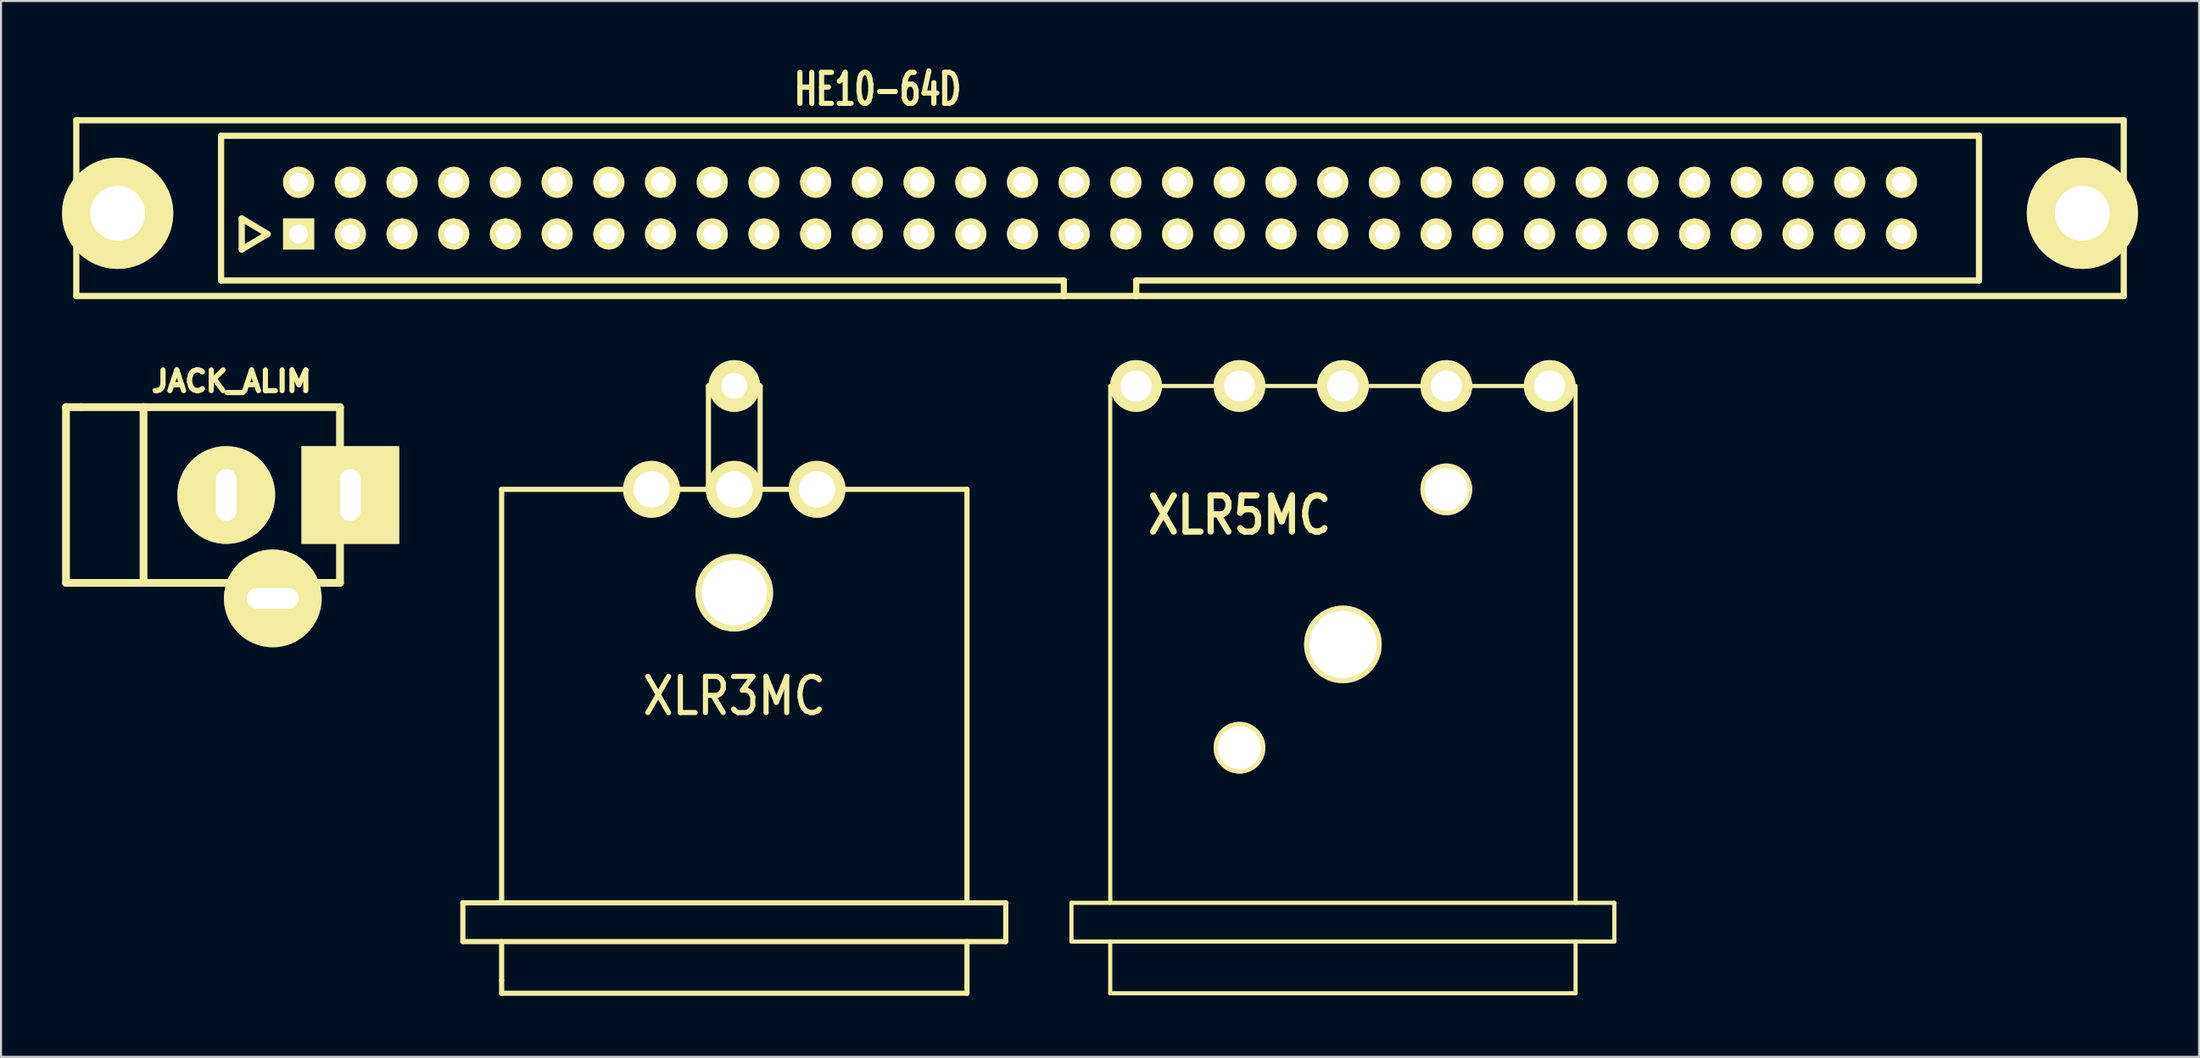
<source format=kicad_pcb>
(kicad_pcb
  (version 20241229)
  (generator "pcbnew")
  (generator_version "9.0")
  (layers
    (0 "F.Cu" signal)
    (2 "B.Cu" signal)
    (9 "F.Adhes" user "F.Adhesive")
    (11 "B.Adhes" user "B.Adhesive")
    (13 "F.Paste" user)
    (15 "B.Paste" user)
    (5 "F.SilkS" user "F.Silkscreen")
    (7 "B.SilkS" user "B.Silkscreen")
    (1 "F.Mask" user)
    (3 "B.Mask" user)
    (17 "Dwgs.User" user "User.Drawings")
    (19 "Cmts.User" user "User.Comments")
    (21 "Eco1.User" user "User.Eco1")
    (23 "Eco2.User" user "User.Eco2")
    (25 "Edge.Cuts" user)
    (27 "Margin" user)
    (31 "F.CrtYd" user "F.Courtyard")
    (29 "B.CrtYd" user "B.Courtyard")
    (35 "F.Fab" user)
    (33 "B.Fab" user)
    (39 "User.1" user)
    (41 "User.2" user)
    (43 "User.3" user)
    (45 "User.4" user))
  (footprint "HE10-64D"
    (layer "F.Cu")
    (at 50.99 7.179)
    (property "Reference" "HE10-64D" (at -10.922 -5.842 0) (layer "F.SilkS") (effects (font (size 1.524 1.016) (thickness 0.254))))
    (attr through_hole)
    (fp_line (start -50.292 -4.318) (end -50.292 4.318) (stroke (width 0.305) (type solid)) (layer "F.SilkS"))
    (fp_line (start -50.292 4.318) (end 50.292 4.318) (stroke (width 0.305) (type solid)) (layer "F.SilkS"))
    (fp_line (start -43.18 -3.556) (end 43.18 -3.556) (stroke (width 0.305) (type solid)) (layer "F.SilkS"))
    (fp_line (start -43.18 3.556) (end -43.18 -3.556) (stroke (width 0.305) (type solid)) (layer "F.SilkS"))
    (fp_line (start -42.164 0.508) (end -42.164 2.032) (stroke (width 0.305) (type solid)) (layer "F.SilkS"))
    (fp_line (start -42.164 2.032) (end -40.894 1.27) (stroke (width 0.305) (type solid)) (layer "F.SilkS"))
    (fp_line (start -40.894 1.27) (end -42.164 0.508) (stroke (width 0.305) (type solid)) (layer "F.SilkS"))
    (fp_line (start -1.778 3.556) (end -43.18 3.556) (stroke (width 0.305) (type solid)) (layer "F.SilkS"))
    (fp_line (start -1.778 4.318) (end -1.778 3.556) (stroke (width 0.305) (type solid)) (layer "F.SilkS"))
    (fp_line (start 1.778 3.556) (end 1.778 4.318) (stroke (width 0.305) (type solid)) (layer "F.SilkS"))
    (fp_line (start 43.18 -3.556) (end 43.18 3.556) (stroke (width 0.305) (type solid)) (layer "F.SilkS"))
    (fp_line (start 43.18 3.556) (end 1.778 3.556) (stroke (width 0.305) (type solid)) (layer "F.SilkS"))
    (fp_line (start 50.292 -4.318) (end -50.292 -4.318) (stroke (width 0.305) (type solid)) (layer "F.SilkS"))
    (fp_line (start 50.292 4.318) (end 50.292 -4.318) (stroke (width 0.305) (type solid)) (layer "F.SilkS"))
    (pad "" thru_hole circle (at -48.26 0.254) (size 5.461 5.461) (drill 2.692) (layers "*.Cu" "*.Mask" "F.SilkS"))
    (pad "" thru_hole circle (at 48.26 0.254) (size 5.461 5.461) (drill 2.692) (layers "*.Cu" "*.Mask" "F.SilkS"))
    (pad "1" thru_hole rect (at -39.37 1.27) (size 1.524 1.524) (drill 0.914) (layers "*.Cu" "*.Mask" "F.SilkS"))
    (pad "2" thru_hole circle (at -39.37 -1.27) (size 1.524 1.524) (drill 0.914) (layers "*.Cu" "*.Mask" "F.SilkS"))
    (pad "3" thru_hole circle (at -36.83 1.27) (size 1.524 1.524) (drill 0.914) (layers "*.Cu" "*.Mask" "F.SilkS"))
    (pad "4" thru_hole circle (at -36.83 -1.27) (size 1.524 1.524) (drill 0.914) (layers "*.Cu" "*.Mask" "F.SilkS"))
    (pad "5" thru_hole circle (at -34.29 1.27) (size 1.524 1.524) (drill 0.914) (layers "*.Cu" "*.Mask" "F.SilkS"))
    (pad "6" thru_hole circle (at -34.29 -1.27) (size 1.524 1.524) (drill 0.914) (layers "*.Cu" "*.Mask" "F.SilkS"))
    (pad "7" thru_hole circle (at -31.75 1.27) (size 1.524 1.524) (drill 0.914) (layers "*.Cu" "*.Mask" "F.SilkS"))
    (pad "8" thru_hole circle (at -31.75 -1.27) (size 1.524 1.524) (drill 0.914) (layers "*.Cu" "*.Mask" "F.SilkS"))
    (pad "9" thru_hole circle (at -29.21 1.27) (size 1.524 1.524) (drill 0.914) (layers "*.Cu" "*.Mask" "F.SilkS"))
    (pad "10" thru_hole circle (at -29.21 -1.27) (size 1.524 1.524) (drill 0.914) (layers "*.Cu" "*.Mask" "F.SilkS"))
    (pad "11" thru_hole circle (at -26.67 1.27) (size 1.524 1.524) (drill 0.914) (layers "*.Cu" "*.Mask" "F.SilkS"))
    (pad "12" thru_hole circle (at -26.67 -1.27) (size 1.524 1.524) (drill 0.914) (layers "*.Cu" "*.Mask" "F.SilkS"))
    (pad "13" thru_hole circle (at -24.13 1.27) (size 1.524 1.524) (drill 0.914) (layers "*.Cu" "*.Mask" "F.SilkS"))
    (pad "14" thru_hole circle (at -24.13 -1.27) (size 1.524 1.524) (drill 0.914) (layers "*.Cu" "*.Mask" "F.SilkS"))
    (pad "15" thru_hole circle (at -21.59 1.27) (size 1.524 1.524) (drill 0.914) (layers "*.Cu" "*.Mask" "F.SilkS"))
    (pad "16" thru_hole circle (at -21.59 -1.27) (size 1.524 1.524) (drill 0.914) (layers "*.Cu" "*.Mask" "F.SilkS"))
    (pad "17" thru_hole circle (at -19.05 1.27) (size 1.524 1.524) (drill 0.914) (layers "*.Cu" "*.Mask" "F.SilkS"))
    (pad "18" thru_hole circle (at -19.05 -1.27) (size 1.524 1.524) (drill 0.914) (layers "*.Cu" "*.Mask" "F.SilkS"))
    (pad "19" thru_hole circle (at -16.51 1.27) (size 1.524 1.524) (drill 0.914) (layers "*.Cu" "*.Mask" "F.SilkS"))
    (pad "20" thru_hole circle (at -16.51 -1.27) (size 1.524 1.524) (drill 0.914) (layers "*.Cu" "*.Mask" "F.SilkS"))
    (pad "21" thru_hole circle (at -13.97 1.27) (size 1.524 1.524) (drill 0.914) (layers "*.Cu" "*.Mask" "F.SilkS"))
    (pad "22" thru_hole circle (at -13.97 -1.27) (size 1.524 1.524) (drill 0.914) (layers "*.Cu" "*.Mask" "F.SilkS"))
    (pad "23" thru_hole circle (at -11.43 1.27) (size 1.524 1.524) (drill 0.914) (layers "*.Cu" "*.Mask" "F.SilkS"))
    (pad "24" thru_hole circle (at -11.43 -1.27) (size 1.524 1.524) (drill 0.914) (layers "*.Cu" "*.Mask" "F.SilkS"))
    (pad "25" thru_hole circle (at -8.89 1.27) (size 1.524 1.524) (drill 0.914) (layers "*.Cu" "*.Mask" "F.SilkS"))
    (pad "26" thru_hole circle (at -8.89 -1.27) (size 1.524 1.524) (drill 0.914) (layers "*.Cu" "*.Mask" "F.SilkS"))
    (pad "27" thru_hole circle (at -6.35 1.27) (size 1.524 1.524) (drill 0.914) (layers "*.Cu" "*.Mask" "F.SilkS"))
    (pad "28" thru_hole circle (at -6.35 -1.27) (size 1.524 1.524) (drill 0.914) (layers "*.Cu" "*.Mask" "F.SilkS"))
    (pad "29" thru_hole circle (at -3.81 1.27) (size 1.524 1.524) (drill 0.914) (layers "*.Cu" "*.Mask" "F.SilkS"))
    (pad "30" thru_hole circle (at -3.81 -1.27) (size 1.524 1.524) (drill 0.914) (layers "*.Cu" "*.Mask" "F.SilkS"))
    (pad "31" thru_hole circle (at -1.27 1.27) (size 1.524 1.524) (drill 0.914) (layers "*.Cu" "*.Mask" "F.SilkS"))
    (pad "32" thru_hole circle (at -1.27 -1.27) (size 1.524 1.524) (drill 0.914) (layers "*.Cu" "*.Mask" "F.SilkS"))
    (pad "33" thru_hole circle (at 1.27 1.27) (size 1.524 1.524) (drill 0.914) (layers "*.Cu" "*.Mask" "F.SilkS"))
    (pad "34" thru_hole circle (at 1.27 -1.27) (size 1.524 1.524) (drill 0.914) (layers "*.Cu" "*.Mask" "F.SilkS"))
    (pad "35" thru_hole circle (at 3.81 1.27) (size 1.524 1.524) (drill 0.914) (layers "*.Cu" "*.Mask" "F.SilkS"))
    (pad "36" thru_hole circle (at 3.81 -1.27) (size 1.524 1.524) (drill 0.914) (layers "*.Cu" "*.Mask" "F.SilkS"))
    (pad "37" thru_hole circle (at 6.35 1.27) (size 1.524 1.524) (drill 0.914) (layers "*.Cu" "*.Mask" "F.SilkS"))
    (pad "38" thru_hole circle (at 6.35 -1.27) (size 1.524 1.524) (drill 0.914) (layers "*.Cu" "*.Mask" "F.SilkS"))
    (pad "39" thru_hole circle (at 8.89 1.27) (size 1.524 1.524) (drill 0.914) (layers "*.Cu" "*.Mask" "F.SilkS"))
    (pad "40" thru_hole circle (at 8.89 -1.27) (size 1.524 1.524) (drill 0.914) (layers "*.Cu" "*.Mask" "F.SilkS"))
    (pad "41" thru_hole circle (at 11.43 1.27) (size 1.524 1.524) (drill 0.914) (layers "*.Cu" "*.Mask" "F.SilkS"))
    (pad "42" thru_hole circle (at 11.43 -1.27) (size 1.524 1.524) (drill 0.914) (layers "*.Cu" "*.Mask" "F.SilkS"))
    (pad "43" thru_hole circle (at 13.97 1.27) (size 1.524 1.524) (drill 0.914) (layers "*.Cu" "*.Mask" "F.SilkS"))
    (pad "44" thru_hole circle (at 13.97 -1.27) (size 1.524 1.524) (drill 0.914) (layers "*.Cu" "*.Mask" "F.SilkS"))
    (pad "45" thru_hole circle (at 16.51 1.27) (size 1.524 1.524) (drill 0.914) (layers "*.Cu" "*.Mask" "F.SilkS"))
    (pad "46" thru_hole circle (at 16.51 -1.27) (size 1.524 1.524) (drill 0.914) (layers "*.Cu" "*.Mask" "F.SilkS"))
    (pad "47" thru_hole circle (at 19.05 1.27) (size 1.524 1.524) (drill 0.914) (layers "*.Cu" "*.Mask" "F.SilkS"))
    (pad "48" thru_hole circle (at 19.05 -1.27) (size 1.524 1.524) (drill 0.914) (layers "*.Cu" "*.Mask" "F.SilkS"))
    (pad "49" thru_hole circle (at 21.59 1.27) (size 1.524 1.524) (drill 0.914) (layers "*.Cu" "*.Mask" "F.SilkS"))
    (pad "50" thru_hole circle (at 21.59 -1.27) (size 1.524 1.524) (drill 0.914) (layers "*.Cu" "*.Mask" "F.SilkS"))
    (pad "51" thru_hole circle (at 24.13 1.27) (size 1.524 1.524) (drill 0.914) (layers "*.Cu" "*.Mask" "F.SilkS"))
    (pad "52" thru_hole circle (at 24.13 -1.27) (size 1.524 1.524) (drill 0.914) (layers "*.Cu" "*.Mask" "F.SilkS"))
    (pad "53" thru_hole circle (at 26.67 1.27) (size 1.524 1.524) (drill 0.914) (layers "*.Cu" "*.Mask" "F.SilkS"))
    (pad "54" thru_hole circle (at 26.67 -1.27) (size 1.524 1.524) (drill 0.914) (layers "*.Cu" "*.Mask" "F.SilkS"))
    (pad "55" thru_hole circle (at 29.21 1.27) (size 1.524 1.524) (drill 0.914) (layers "*.Cu" "*.Mask" "F.SilkS"))
    (pad "56" thru_hole circle (at 29.21 -1.27) (size 1.524 1.524) (drill 0.914) (layers "*.Cu" "*.Mask" "F.SilkS"))
    (pad "57" thru_hole circle (at 31.75 1.27) (size 1.524 1.524) (drill 0.914) (layers "*.Cu" "*.Mask" "F.SilkS"))
    (pad "58" thru_hole circle (at 31.75 -1.27) (size 1.524 1.524) (drill 0.914) (layers "*.Cu" "*.Mask" "F.SilkS"))
    (pad "59" thru_hole circle (at 34.29 1.27) (size 1.524 1.524) (drill 0.914) (layers "*.Cu" "*.Mask" "F.SilkS"))
    (pad "60" thru_hole circle (at 34.29 -1.27) (size 1.524 1.524) (drill 0.914) (layers "*.Cu" "*.Mask" "F.SilkS"))
    (pad "61" thru_hole circle (at 36.83 1.27) (size 1.524 1.524) (drill 0.914) (layers "*.Cu" "*.Mask" "F.SilkS"))
    (pad "62" thru_hole circle (at 36.83 -1.27) (size 1.524 1.524) (drill 0.914) (layers "*.Cu" "*.Mask" "F.SilkS"))
    (pad "63" thru_hole circle (at 39.37 1.27) (size 1.524 1.524) (drill 0.914) (layers "*.Cu" "*.Mask" "F.SilkS"))
    (pad "64" thru_hole circle (at 39.37 -1.27) (size 1.524 1.524) (drill 0.914) (layers "*.Cu" "*.Mask" "F.SilkS")))
  (footprint "XLR3MC"
    (layer "F.Cu")
    (at 33.023 21)
    (property "Reference" "XLR3MC" (at 0 10.16 0) (layer "F.SilkS") (effects (font (size 1.778 1.524) (thickness 0.254))))
    (attr through_hole)
    (fp_line (start -13.335 20.32) (end -13.335 22.225) (stroke (width 0.254) (type solid)) (layer "F.SilkS"))
    (fp_line (start -13.335 22.225) (end 13.335 22.225) (stroke (width 0.254) (type solid)) (layer "F.SilkS"))
    (fp_line (start -11.43 0) (end -11.43 20.32) (stroke (width 0.254) (type solid)) (layer "F.SilkS"))
    (fp_line (start -11.43 0) (end 11.43 0) (stroke (width 0.254) (type solid)) (layer "F.SilkS"))
    (fp_line (start -11.43 22.225) (end -11.43 24.13) (stroke (width 0.254) (type solid)) (layer "F.SilkS"))
    (fp_line (start -11.43 24.13) (end -11.43 24.765) (stroke (width 0.254) (type solid)) (layer "F.SilkS"))
    (fp_line (start -11.43 24.765) (end 11.43 24.765) (stroke (width 0.254) (type solid)) (layer "F.SilkS"))
    (fp_line (start -1.27 -5.08) (end 1.27 -5.08) (stroke (width 0.254) (type solid)) (layer "F.SilkS"))
    (fp_line (start -1.27 0) (end -1.27 -5.08) (stroke (width 0.254) (type solid)) (layer "F.SilkS"))
    (fp_line (start 1.27 -5.08) (end 1.27 0) (stroke (width 0.254) (type solid)) (layer "F.SilkS"))
    (fp_line (start 11.43 0) (end 11.43 20.32) (stroke (width 0.254) (type solid)) (layer "F.SilkS"))
    (fp_line (start 11.43 24.765) (end 11.43 22.225) (stroke (width 0.254) (type solid)) (layer "F.SilkS"))
    (fp_line (start 13.335 20.32) (end -13.335 20.32) (stroke (width 0.254) (type solid)) (layer "F.SilkS"))
    (fp_line (start 13.335 22.225) (end 13.335 20.32) (stroke (width 0.254) (type solid)) (layer "F.SilkS"))
    (pad "" thru_hole circle (at 0 5.08) (size 3.81 3.81) (drill 3.2) (layers "*.Cu" "*.Mask" "F.SilkS"))
    (pad "1" thru_hole circle (at -4.064 0) (size 2.794 2.794) (drill 1.778) (layers "*.Cu" "*.Mask" "F.SilkS"))
    (pad "2" thru_hole circle (at 4.064 0) (size 2.794 2.794) (drill 1.778) (layers "*.Cu" "*.Mask" "F.SilkS"))
    (pad "3" thru_hole circle (at 0 0) (size 2.794 2.794) (drill 1.778) (layers "*.Cu" "*.Mask" "F.SilkS"))
    (pad "4" thru_hole circle (at 0 -5.08) (size 2.54 2.54) (drill 1.27) (layers "*.Cu" "*.Mask" "F.SilkS")))
  (footprint "JACK_ALIM"
    (layer "F.Cu")
    (at 8.065 21.278)
    (property "Reference" "JACK_ALIM" (at 0.254 -5.588 0) (layer "F.SilkS") (effects (font (size 1.016 1.016) (thickness 0.254))))
    (attr through_hole)
    (fp_line (start -7.874 -4.318) (end -7.874 4.318) (stroke (width 0.381) (type solid)) (layer "F.SilkS"))
    (fp_line (start -7.874 4.318) (end -7.112 4.318) (stroke (width 0.381) (type solid)) (layer "F.SilkS"))
    (fp_line (start -7.112 -4.318) (end -7.874 -4.318) (stroke (width 0.381) (type solid)) (layer "F.SilkS"))
    (fp_line (start -7.112 -4.318) (end 5.588 -4.318) (stroke (width 0.381) (type solid)) (layer "F.SilkS"))
    (fp_line (start -7.112 4.318) (end 5.588 4.318) (stroke (width 0.381) (type solid)) (layer "F.SilkS"))
    (fp_line (start -4.064 -4.318) (end -4.064 4.318) (stroke (width 0.381) (type solid)) (layer "F.SilkS"))
    (fp_line (start 5.588 -4.318) (end 5.588 4.318) (stroke (width 0.381) (type solid)) (layer "F.SilkS"))
    (pad "1" thru_hole rect (at 6.096 0) (size 4.801 4.801) (drill oval 1.016 2.54) (layers "*.Cu" "*.Mask" "F.SilkS"))
    (pad "2" thru_hole circle (at 0 0) (size 4.801 4.801) (drill oval 1.016 2.54) (layers "*.Cu" "*.Mask" "F.SilkS"))
    (pad "3" thru_hole circle (at 2.286 5.08) (size 4.801 4.801) (drill oval 2.54 1.016) (layers "*.Cu" "*.Mask" "F.SilkS")))
  (footprint "XLR5MC"
    (layer "F.Cu")
    (at 62.921 15.92)
    (property "Reference" "XLR5MC" (at -5.08 6.35 0) (layer "F.SilkS") (effects (font (size 1.778 1.524) (thickness 0.305))))
    (attr through_hole)
    (fp_line (start -13.335 25.4) (end 13.335 25.4) (stroke (width 0.203) (type solid)) (layer "F.SilkS"))
    (fp_line (start -13.335 27.305) (end -13.335 25.4) (stroke (width 0.203) (type solid)) (layer "F.SilkS"))
    (fp_line (start -11.43 0) (end 11.43 0) (stroke (width 0.203) (type solid)) (layer "F.SilkS"))
    (fp_line (start -11.43 25.4) (end -11.43 0) (stroke (width 0.203) (type solid)) (layer "F.SilkS"))
    (fp_line (start -11.43 29.845) (end -11.43 27.305) (stroke (width 0.203) (type solid)) (layer "F.SilkS"))
    (fp_line (start 11.43 25.4) (end 11.43 0) (stroke (width 0.203) (type solid)) (layer "F.SilkS"))
    (fp_line (start 11.43 27.305) (end 11.43 29.845) (stroke (width 0.203) (type solid)) (layer "F.SilkS"))
    (fp_line (start 11.43 29.845) (end -11.43 29.845) (stroke (width 0.203) (type solid)) (layer "F.SilkS"))
    (fp_line (start 13.335 27.305) (end -13.335 27.305) (stroke (width 0.203) (type solid)) (layer "F.SilkS"))
    (fp_line (start 13.335 27.305) (end 13.335 25.4) (stroke (width 0.203) (type solid)) (layer "F.SilkS"))
    (pad "" thru_hole circle (at -5.08 17.78) (size 2.54 2.54) (drill 2.108) (layers "*.Cu" "*.Mask" "F.SilkS"))
    (pad "" thru_hole circle (at 0 12.7) (size 3.81 3.81) (drill 3.302) (layers "*.Cu" "*.Mask" "F.SilkS"))
    (pad "" thru_hole circle (at 5.08 5.08) (size 2.54 2.54) (drill 2.108) (layers "*.Cu" "*.Mask" "F.SilkS"))
    (pad "1" thru_hole circle (at -10.16 0) (size 2.54 2.54) (drill 1.524) (layers "*.Cu" "*.Mask" "F.SilkS"))
    (pad "2" thru_hole circle (at -5.08 0) (size 2.54 2.54) (drill 1.524) (layers "*.Cu" "*.Mask" "F.SilkS"))
    (pad "3" thru_hole circle (at 0 0) (size 2.54 2.54) (drill 1.524) (layers "*.Cu" "*.Mask" "F.SilkS"))
    (pad "4" thru_hole circle (at 5.08 0) (size 2.54 2.54) (drill 1.524) (layers "*.Cu" "*.Mask" "F.SilkS"))
    (pad "5" thru_hole circle (at 10.16 0) (size 2.54 2.54) (drill 1.524) (layers "*.Cu" "*.Mask" "F.SilkS")))
  (gr_rect
    (start -3 -3)
    (end 104.981 48.892)
    (stroke (width 0.1) (type default))
    (fill no)
    (layer "Edge.Cuts")))
</source>
